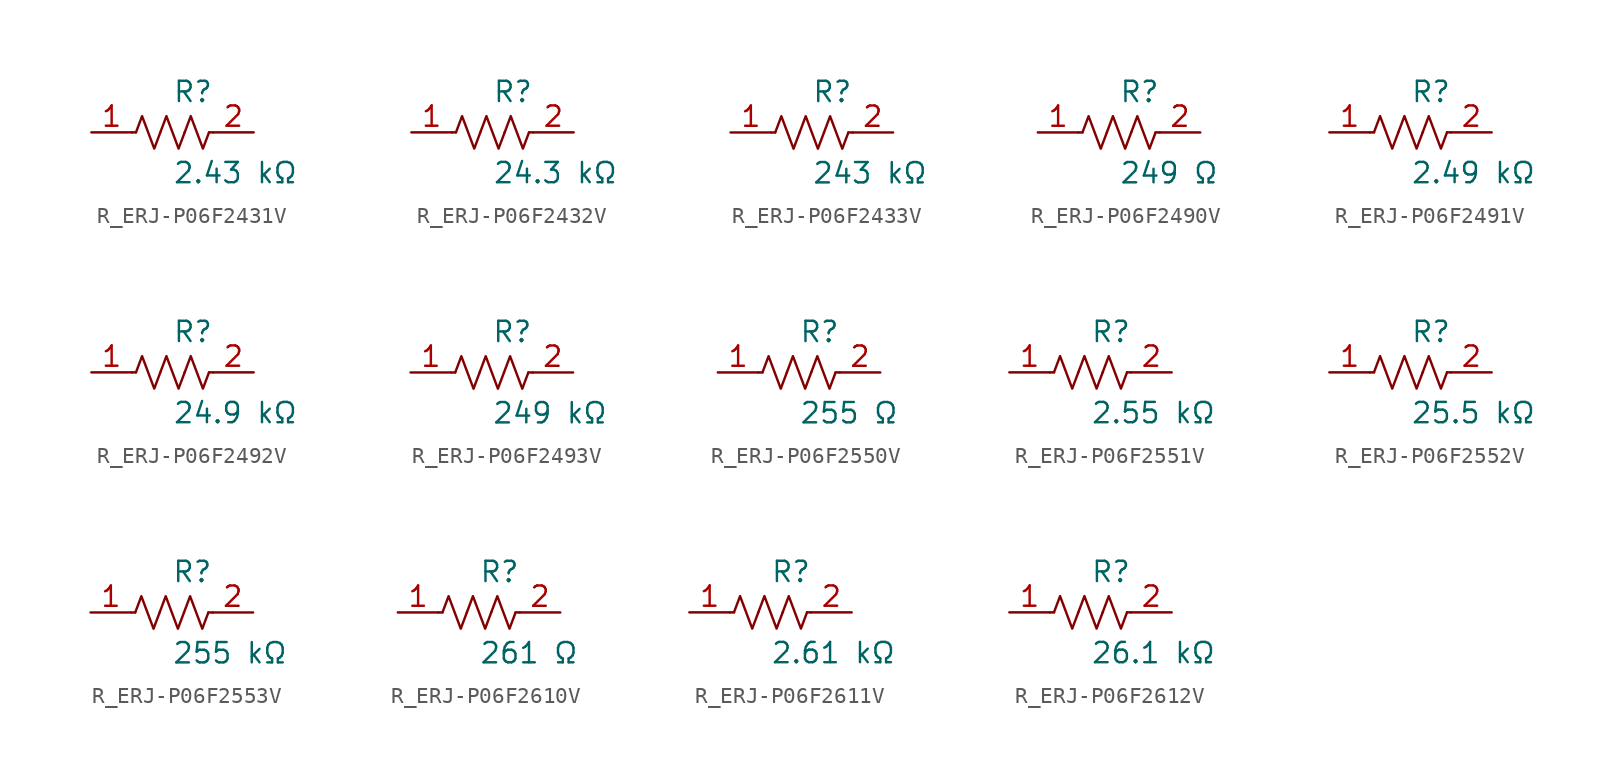
<source format=kicad_sym>
(kicad_symbol_lib
  (version 20231120)
  (generator kicad_symbol_editor)
  (generator_version 8.0)
  (symbol "R_ERJ-P06F2431V"
    (pin_names
      (offset 0.254))
    (property "Reference" "R"
      (at 0 2.54 0)
      (effects (font (size 1.27 1.27)) (justify left)))
    (property "Value" "2.43 kΩ"
      (at 0 -2.54 0)
      (effects (font (size 1.27 1.27)) (justify left)))
    (symbol "R_ERJ-P06F2431V_0_1"
      (polyline (pts (xy 2.286 0) (xy 2.54 0)) (stroke (width 0) (type default)) (fill (type none)))
      (polyline (pts (xy -2.286 0) (xy -2.54 0)) (stroke (width 0) (type default)) (fill (type none)))
      (polyline (pts (xy 0.762 0) (xy 1.143 1.016) (xy 1.524 0) (xy 1.905 -1.016) (xy 2.286 0)) (stroke (width 0) (type default)) (fill (type none)))
      (polyline (pts (xy -0.762 0) (xy -0.381 1.016) (xy 0 0) (xy 0.381 -1.016) (xy 0.762 0)) (stroke (width 0) (type default)) (fill (type none)))
      (polyline (pts (xy -2.286 0) (xy -1.905 1.016) (xy -1.524 0) (xy -1.143 -1.016) (xy -0.762 0)) (stroke (width 0) (type default)) (fill (type none))))
    (pin passive line
      (at -5.08 0 0)
      (length 2.54)
      (name "" (effects (font (size 1.27 1.27))))
      (number "1" (effects (font (size 1.27 1.27)))))
    (pin passive line
      (at 5.08 0 180)
      (length 2.54)
      (name "" (effects (font (size 1.27 1.27))))
      (number "2" (effects (font (size 1.27 1.27))))))
  (symbol "R_ERJ-P06F2432V"
    (pin_names
      (offset 0.254))
    (property "Reference" "R"
      (at 0 2.54 0)
      (effects (font (size 1.27 1.27)) (justify left)))
    (property "Value" "24.3 kΩ"
      (at 0 -2.54 0)
      (effects (font (size 1.27 1.27)) (justify left)))
    (symbol "R_ERJ-P06F2432V_0_1"
      (polyline (pts (xy 2.286 0) (xy 2.54 0)) (stroke (width 0) (type default)) (fill (type none)))
      (polyline (pts (xy -2.286 0) (xy -2.54 0)) (stroke (width 0) (type default)) (fill (type none)))
      (polyline (pts (xy 0.762 0) (xy 1.143 1.016) (xy 1.524 0) (xy 1.905 -1.016) (xy 2.286 0)) (stroke (width 0) (type default)) (fill (type none)))
      (polyline (pts (xy -0.762 0) (xy -0.381 1.016) (xy 0 0) (xy 0.381 -1.016) (xy 0.762 0)) (stroke (width 0) (type default)) (fill (type none)))
      (polyline (pts (xy -2.286 0) (xy -1.905 1.016) (xy -1.524 0) (xy -1.143 -1.016) (xy -0.762 0)) (stroke (width 0) (type default)) (fill (type none))))
    (pin passive line
      (at -5.08 0 0)
      (length 2.54)
      (name "" (effects (font (size 1.27 1.27))))
      (number "1" (effects (font (size 1.27 1.27)))))
    (pin passive line
      (at 5.08 0 180)
      (length 2.54)
      (name "" (effects (font (size 1.27 1.27))))
      (number "2" (effects (font (size 1.27 1.27))))))
  (symbol "R_ERJ-P06F2433V"
    (pin_names
      (offset 0.254))
    (property "Reference" "R"
      (at 0 2.54 0)
      (effects (font (size 1.27 1.27)) (justify left)))
    (property "Value" "243 kΩ"
      (at 0 -2.54 0)
      (effects (font (size 1.27 1.27)) (justify left)))
    (symbol "R_ERJ-P06F2433V_0_1"
      (polyline (pts (xy 2.286 0) (xy 2.54 0)) (stroke (width 0) (type default)) (fill (type none)))
      (polyline (pts (xy -2.286 0) (xy -2.54 0)) (stroke (width 0) (type default)) (fill (type none)))
      (polyline (pts (xy 0.762 0) (xy 1.143 1.016) (xy 1.524 0) (xy 1.905 -1.016) (xy 2.286 0)) (stroke (width 0) (type default)) (fill (type none)))
      (polyline (pts (xy -0.762 0) (xy -0.381 1.016) (xy 0 0) (xy 0.381 -1.016) (xy 0.762 0)) (stroke (width 0) (type default)) (fill (type none)))
      (polyline (pts (xy -2.286 0) (xy -1.905 1.016) (xy -1.524 0) (xy -1.143 -1.016) (xy -0.762 0)) (stroke (width 0) (type default)) (fill (type none))))
    (pin passive line
      (at -5.08 0 0)
      (length 2.54)
      (name "" (effects (font (size 1.27 1.27))))
      (number "1" (effects (font (size 1.27 1.27)))))
    (pin passive line
      (at 5.08 0 180)
      (length 2.54)
      (name "" (effects (font (size 1.27 1.27))))
      (number "2" (effects (font (size 1.27 1.27))))))
  (symbol "R_ERJ-P06F2490V"
    (pin_names
      (offset 0.254))
    (property "Reference" "R"
      (at 0 2.54 0)
      (effects (font (size 1.27 1.27)) (justify left)))
    (property "Value" "249 Ω"
      (at 0 -2.54 0)
      (effects (font (size 1.27 1.27)) (justify left)))
    (symbol "R_ERJ-P06F2490V_0_1"
      (polyline (pts (xy 2.286 0) (xy 2.54 0)) (stroke (width 0) (type default)) (fill (type none)))
      (polyline (pts (xy -2.286 0) (xy -2.54 0)) (stroke (width 0) (type default)) (fill (type none)))
      (polyline (pts (xy 0.762 0) (xy 1.143 1.016) (xy 1.524 0) (xy 1.905 -1.016) (xy 2.286 0)) (stroke (width 0) (type default)) (fill (type none)))
      (polyline (pts (xy -0.762 0) (xy -0.381 1.016) (xy 0 0) (xy 0.381 -1.016) (xy 0.762 0)) (stroke (width 0) (type default)) (fill (type none)))
      (polyline (pts (xy -2.286 0) (xy -1.905 1.016) (xy -1.524 0) (xy -1.143 -1.016) (xy -0.762 0)) (stroke (width 0) (type default)) (fill (type none))))
    (pin passive line
      (at -5.08 0 0)
      (length 2.54)
      (name "" (effects (font (size 1.27 1.27))))
      (number "1" (effects (font (size 1.27 1.27)))))
    (pin passive line
      (at 5.08 0 180)
      (length 2.54)
      (name "" (effects (font (size 1.27 1.27))))
      (number "2" (effects (font (size 1.27 1.27))))))
  (symbol "R_ERJ-P06F2491V"
    (pin_names
      (offset 0.254))
    (property "Reference" "R"
      (at 0 2.54 0)
      (effects (font (size 1.27 1.27)) (justify left)))
    (property "Value" "2.49 kΩ"
      (at 0 -2.54 0)
      (effects (font (size 1.27 1.27)) (justify left)))
    (symbol "R_ERJ-P06F2491V_0_1"
      (polyline (pts (xy 2.286 0) (xy 2.54 0)) (stroke (width 0) (type default)) (fill (type none)))
      (polyline (pts (xy -2.286 0) (xy -2.54 0)) (stroke (width 0) (type default)) (fill (type none)))
      (polyline (pts (xy 0.762 0) (xy 1.143 1.016) (xy 1.524 0) (xy 1.905 -1.016) (xy 2.286 0)) (stroke (width 0) (type default)) (fill (type none)))
      (polyline (pts (xy -0.762 0) (xy -0.381 1.016) (xy 0 0) (xy 0.381 -1.016) (xy 0.762 0)) (stroke (width 0) (type default)) (fill (type none)))
      (polyline (pts (xy -2.286 0) (xy -1.905 1.016) (xy -1.524 0) (xy -1.143 -1.016) (xy -0.762 0)) (stroke (width 0) (type default)) (fill (type none))))
    (pin passive line
      (at -5.08 0 0)
      (length 2.54)
      (name "" (effects (font (size 1.27 1.27))))
      (number "1" (effects (font (size 1.27 1.27)))))
    (pin passive line
      (at 5.08 0 180)
      (length 2.54)
      (name "" (effects (font (size 1.27 1.27))))
      (number "2" (effects (font (size 1.27 1.27))))))
  (symbol "R_ERJ-P06F2492V"
    (pin_names
      (offset 0.254))
    (property "Reference" "R"
      (at 0 2.54 0)
      (effects (font (size 1.27 1.27)) (justify left)))
    (property "Value" "24.9 kΩ"
      (at 0 -2.54 0)
      (effects (font (size 1.27 1.27)) (justify left)))
    (symbol "R_ERJ-P06F2492V_0_1"
      (polyline (pts (xy 2.286 0) (xy 2.54 0)) (stroke (width 0) (type default)) (fill (type none)))
      (polyline (pts (xy -2.286 0) (xy -2.54 0)) (stroke (width 0) (type default)) (fill (type none)))
      (polyline (pts (xy 0.762 0) (xy 1.143 1.016) (xy 1.524 0) (xy 1.905 -1.016) (xy 2.286 0)) (stroke (width 0) (type default)) (fill (type none)))
      (polyline (pts (xy -0.762 0) (xy -0.381 1.016) (xy 0 0) (xy 0.381 -1.016) (xy 0.762 0)) (stroke (width 0) (type default)) (fill (type none)))
      (polyline (pts (xy -2.286 0) (xy -1.905 1.016) (xy -1.524 0) (xy -1.143 -1.016) (xy -0.762 0)) (stroke (width 0) (type default)) (fill (type none))))
    (pin passive line
      (at -5.08 0 0)
      (length 2.54)
      (name "" (effects (font (size 1.27 1.27))))
      (number "1" (effects (font (size 1.27 1.27)))))
    (pin passive line
      (at 5.08 0 180)
      (length 2.54)
      (name "" (effects (font (size 1.27 1.27))))
      (number "2" (effects (font (size 1.27 1.27))))))
  (symbol "R_ERJ-P06F2493V"
    (pin_names
      (offset 0.254))
    (property "Reference" "R"
      (at 0 2.54 0)
      (effects (font (size 1.27 1.27)) (justify left)))
    (property "Value" "249 kΩ"
      (at 0 -2.54 0)
      (effects (font (size 1.27 1.27)) (justify left)))
    (symbol "R_ERJ-P06F2493V_0_1"
      (polyline (pts (xy 2.286 0) (xy 2.54 0)) (stroke (width 0) (type default)) (fill (type none)))
      (polyline (pts (xy -2.286 0) (xy -2.54 0)) (stroke (width 0) (type default)) (fill (type none)))
      (polyline (pts (xy 0.762 0) (xy 1.143 1.016) (xy 1.524 0) (xy 1.905 -1.016) (xy 2.286 0)) (stroke (width 0) (type default)) (fill (type none)))
      (polyline (pts (xy -0.762 0) (xy -0.381 1.016) (xy 0 0) (xy 0.381 -1.016) (xy 0.762 0)) (stroke (width 0) (type default)) (fill (type none)))
      (polyline (pts (xy -2.286 0) (xy -1.905 1.016) (xy -1.524 0) (xy -1.143 -1.016) (xy -0.762 0)) (stroke (width 0) (type default)) (fill (type none))))
    (pin passive line
      (at -5.08 0 0)
      (length 2.54)
      (name "" (effects (font (size 1.27 1.27))))
      (number "1" (effects (font (size 1.27 1.27)))))
    (pin passive line
      (at 5.08 0 180)
      (length 2.54)
      (name "" (effects (font (size 1.27 1.27))))
      (number "2" (effects (font (size 1.27 1.27))))))
  (symbol "R_ERJ-P06F2550V"
    (pin_names
      (offset 0.254))
    (property "Reference" "R"
      (at 0 2.54 0)
      (effects (font (size 1.27 1.27)) (justify left)))
    (property "Value" "255 Ω"
      (at 0 -2.54 0)
      (effects (font (size 1.27 1.27)) (justify left)))
    (symbol "R_ERJ-P06F2550V_0_1"
      (polyline (pts (xy 2.286 0) (xy 2.54 0)) (stroke (width 0) (type default)) (fill (type none)))
      (polyline (pts (xy -2.286 0) (xy -2.54 0)) (stroke (width 0) (type default)) (fill (type none)))
      (polyline (pts (xy 0.762 0) (xy 1.143 1.016) (xy 1.524 0) (xy 1.905 -1.016) (xy 2.286 0)) (stroke (width 0) (type default)) (fill (type none)))
      (polyline (pts (xy -0.762 0) (xy -0.381 1.016) (xy 0 0) (xy 0.381 -1.016) (xy 0.762 0)) (stroke (width 0) (type default)) (fill (type none)))
      (polyline (pts (xy -2.286 0) (xy -1.905 1.016) (xy -1.524 0) (xy -1.143 -1.016) (xy -0.762 0)) (stroke (width 0) (type default)) (fill (type none))))
    (pin passive line
      (at -5.08 0 0)
      (length 2.54)
      (name "" (effects (font (size 1.27 1.27))))
      (number "1" (effects (font (size 1.27 1.27)))))
    (pin passive line
      (at 5.08 0 180)
      (length 2.54)
      (name "" (effects (font (size 1.27 1.27))))
      (number "2" (effects (font (size 1.27 1.27))))))
  (symbol "R_ERJ-P06F2551V"
    (pin_names
      (offset 0.254))
    (property "Reference" "R"
      (at 0 2.54 0)
      (effects (font (size 1.27 1.27)) (justify left)))
    (property "Value" "2.55 kΩ"
      (at 0 -2.54 0)
      (effects (font (size 1.27 1.27)) (justify left)))
    (symbol "R_ERJ-P06F2551V_0_1"
      (polyline (pts (xy 2.286 0) (xy 2.54 0)) (stroke (width 0) (type default)) (fill (type none)))
      (polyline (pts (xy -2.286 0) (xy -2.54 0)) (stroke (width 0) (type default)) (fill (type none)))
      (polyline (pts (xy 0.762 0) (xy 1.143 1.016) (xy 1.524 0) (xy 1.905 -1.016) (xy 2.286 0)) (stroke (width 0) (type default)) (fill (type none)))
      (polyline (pts (xy -0.762 0) (xy -0.381 1.016) (xy 0 0) (xy 0.381 -1.016) (xy 0.762 0)) (stroke (width 0) (type default)) (fill (type none)))
      (polyline (pts (xy -2.286 0) (xy -1.905 1.016) (xy -1.524 0) (xy -1.143 -1.016) (xy -0.762 0)) (stroke (width 0) (type default)) (fill (type none))))
    (pin passive line
      (at -5.08 0 0)
      (length 2.54)
      (name "" (effects (font (size 1.27 1.27))))
      (number "1" (effects (font (size 1.27 1.27)))))
    (pin passive line
      (at 5.08 0 180)
      (length 2.54)
      (name "" (effects (font (size 1.27 1.27))))
      (number "2" (effects (font (size 1.27 1.27))))))
  (symbol "R_ERJ-P06F2552V"
    (pin_names
      (offset 0.254))
    (property "Reference" "R"
      (at 0 2.54 0)
      (effects (font (size 1.27 1.27)) (justify left)))
    (property "Value" "25.5 kΩ"
      (at 0 -2.54 0)
      (effects (font (size 1.27 1.27)) (justify left)))
    (symbol "R_ERJ-P06F2552V_0_1"
      (polyline (pts (xy 2.286 0) (xy 2.54 0)) (stroke (width 0) (type default)) (fill (type none)))
      (polyline (pts (xy -2.286 0) (xy -2.54 0)) (stroke (width 0) (type default)) (fill (type none)))
      (polyline (pts (xy 0.762 0) (xy 1.143 1.016) (xy 1.524 0) (xy 1.905 -1.016) (xy 2.286 0)) (stroke (width 0) (type default)) (fill (type none)))
      (polyline (pts (xy -0.762 0) (xy -0.381 1.016) (xy 0 0) (xy 0.381 -1.016) (xy 0.762 0)) (stroke (width 0) (type default)) (fill (type none)))
      (polyline (pts (xy -2.286 0) (xy -1.905 1.016) (xy -1.524 0) (xy -1.143 -1.016) (xy -0.762 0)) (stroke (width 0) (type default)) (fill (type none))))
    (pin passive line
      (at -5.08 0 0)
      (length 2.54)
      (name "" (effects (font (size 1.27 1.27))))
      (number "1" (effects (font (size 1.27 1.27)))))
    (pin passive line
      (at 5.08 0 180)
      (length 2.54)
      (name "" (effects (font (size 1.27 1.27))))
      (number "2" (effects (font (size 1.27 1.27))))))
  (symbol "R_ERJ-P06F2553V"
    (pin_names
      (offset 0.254))
    (property "Reference" "R"
      (at 0 2.54 0)
      (effects (font (size 1.27 1.27)) (justify left)))
    (property "Value" "255 kΩ"
      (at 0 -2.54 0)
      (effects (font (size 1.27 1.27)) (justify left)))
    (symbol "R_ERJ-P06F2553V_0_1"
      (polyline (pts (xy 2.286 0) (xy 2.54 0)) (stroke (width 0) (type default)) (fill (type none)))
      (polyline (pts (xy -2.286 0) (xy -2.54 0)) (stroke (width 0) (type default)) (fill (type none)))
      (polyline (pts (xy 0.762 0) (xy 1.143 1.016) (xy 1.524 0) (xy 1.905 -1.016) (xy 2.286 0)) (stroke (width 0) (type default)) (fill (type none)))
      (polyline (pts (xy -0.762 0) (xy -0.381 1.016) (xy 0 0) (xy 0.381 -1.016) (xy 0.762 0)) (stroke (width 0) (type default)) (fill (type none)))
      (polyline (pts (xy -2.286 0) (xy -1.905 1.016) (xy -1.524 0) (xy -1.143 -1.016) (xy -0.762 0)) (stroke (width 0) (type default)) (fill (type none))))
    (pin passive line
      (at -5.08 0 0)
      (length 2.54)
      (name "" (effects (font (size 1.27 1.27))))
      (number "1" (effects (font (size 1.27 1.27)))))
    (pin passive line
      (at 5.08 0 180)
      (length 2.54)
      (name "" (effects (font (size 1.27 1.27))))
      (number "2" (effects (font (size 1.27 1.27))))))
  (symbol "R_ERJ-P06F2610V"
    (pin_names
      (offset 0.254))
    (property "Reference" "R"
      (at 0 2.54 0)
      (effects (font (size 1.27 1.27)) (justify left)))
    (property "Value" "261 Ω"
      (at 0 -2.54 0)
      (effects (font (size 1.27 1.27)) (justify left)))
    (symbol "R_ERJ-P06F2610V_0_1"
      (polyline (pts (xy 2.286 0) (xy 2.54 0)) (stroke (width 0) (type default)) (fill (type none)))
      (polyline (pts (xy -2.286 0) (xy -2.54 0)) (stroke (width 0) (type default)) (fill (type none)))
      (polyline (pts (xy 0.762 0) (xy 1.143 1.016) (xy 1.524 0) (xy 1.905 -1.016) (xy 2.286 0)) (stroke (width 0) (type default)) (fill (type none)))
      (polyline (pts (xy -0.762 0) (xy -0.381 1.016) (xy 0 0) (xy 0.381 -1.016) (xy 0.762 0)) (stroke (width 0) (type default)) (fill (type none)))
      (polyline (pts (xy -2.286 0) (xy -1.905 1.016) (xy -1.524 0) (xy -1.143 -1.016) (xy -0.762 0)) (stroke (width 0) (type default)) (fill (type none))))
    (pin passive line
      (at -5.08 0 0)
      (length 2.54)
      (name "" (effects (font (size 1.27 1.27))))
      (number "1" (effects (font (size 1.27 1.27)))))
    (pin passive line
      (at 5.08 0 180)
      (length 2.54)
      (name "" (effects (font (size 1.27 1.27))))
      (number "2" (effects (font (size 1.27 1.27))))))
  (symbol "R_ERJ-P06F2611V"
    (pin_names
      (offset 0.254))
    (property "Reference" "R"
      (at 0 2.54 0)
      (effects (font (size 1.27 1.27)) (justify left)))
    (property "Value" "2.61 kΩ"
      (at 0 -2.54 0)
      (effects (font (size 1.27 1.27)) (justify left)))
    (symbol "R_ERJ-P06F2611V_0_1"
      (polyline (pts (xy 2.286 0) (xy 2.54 0)) (stroke (width 0) (type default)) (fill (type none)))
      (polyline (pts (xy -2.286 0) (xy -2.54 0)) (stroke (width 0) (type default)) (fill (type none)))
      (polyline (pts (xy 0.762 0) (xy 1.143 1.016) (xy 1.524 0) (xy 1.905 -1.016) (xy 2.286 0)) (stroke (width 0) (type default)) (fill (type none)))
      (polyline (pts (xy -0.762 0) (xy -0.381 1.016) (xy 0 0) (xy 0.381 -1.016) (xy 0.762 0)) (stroke (width 0) (type default)) (fill (type none)))
      (polyline (pts (xy -2.286 0) (xy -1.905 1.016) (xy -1.524 0) (xy -1.143 -1.016) (xy -0.762 0)) (stroke (width 0) (type default)) (fill (type none))))
    (pin passive line
      (at -5.08 0 0)
      (length 2.54)
      (name "" (effects (font (size 1.27 1.27))))
      (number "1" (effects (font (size 1.27 1.27)))))
    (pin passive line
      (at 5.08 0 180)
      (length 2.54)
      (name "" (effects (font (size 1.27 1.27))))
      (number "2" (effects (font (size 1.27 1.27))))))
  (symbol "R_ERJ-P06F2612V"
    (pin_names
      (offset 0.254))
    (property "Reference" "R"
      (at 0 2.54 0)
      (effects (font (size 1.27 1.27)) (justify left)))
    (property "Value" "26.1 kΩ"
      (at 0 -2.54 0)
      (effects (font (size 1.27 1.27)) (justify left)))
    (symbol "R_ERJ-P06F2612V_0_1"
      (polyline (pts (xy 2.286 0) (xy 2.54 0)) (stroke (width 0) (type default)) (fill (type none)))
      (polyline (pts (xy -2.286 0) (xy -2.54 0)) (stroke (width 0) (type default)) (fill (type none)))
      (polyline (pts (xy 0.762 0) (xy 1.143 1.016) (xy 1.524 0) (xy 1.905 -1.016) (xy 2.286 0)) (stroke (width 0) (type default)) (fill (type none)))
      (polyline (pts (xy -0.762 0) (xy -0.381 1.016) (xy 0 0) (xy 0.381 -1.016) (xy 0.762 0)) (stroke (width 0) (type default)) (fill (type none)))
      (polyline (pts (xy -2.286 0) (xy -1.905 1.016) (xy -1.524 0) (xy -1.143 -1.016) (xy -0.762 0)) (stroke (width 0) (type default)) (fill (type none))))
    (pin passive line
      (at -5.08 0 0)
      (length 2.54)
      (name "" (effects (font (size 1.27 1.27))))
      (number "1" (effects (font (size 1.27 1.27)))))
    (pin passive line
      (at 5.08 0 180)
      (length 2.54)
      (name "" (effects (font (size 1.27 1.27))))
      (number "2" (effects (font (size 1.27 1.27)))))))
</source>
